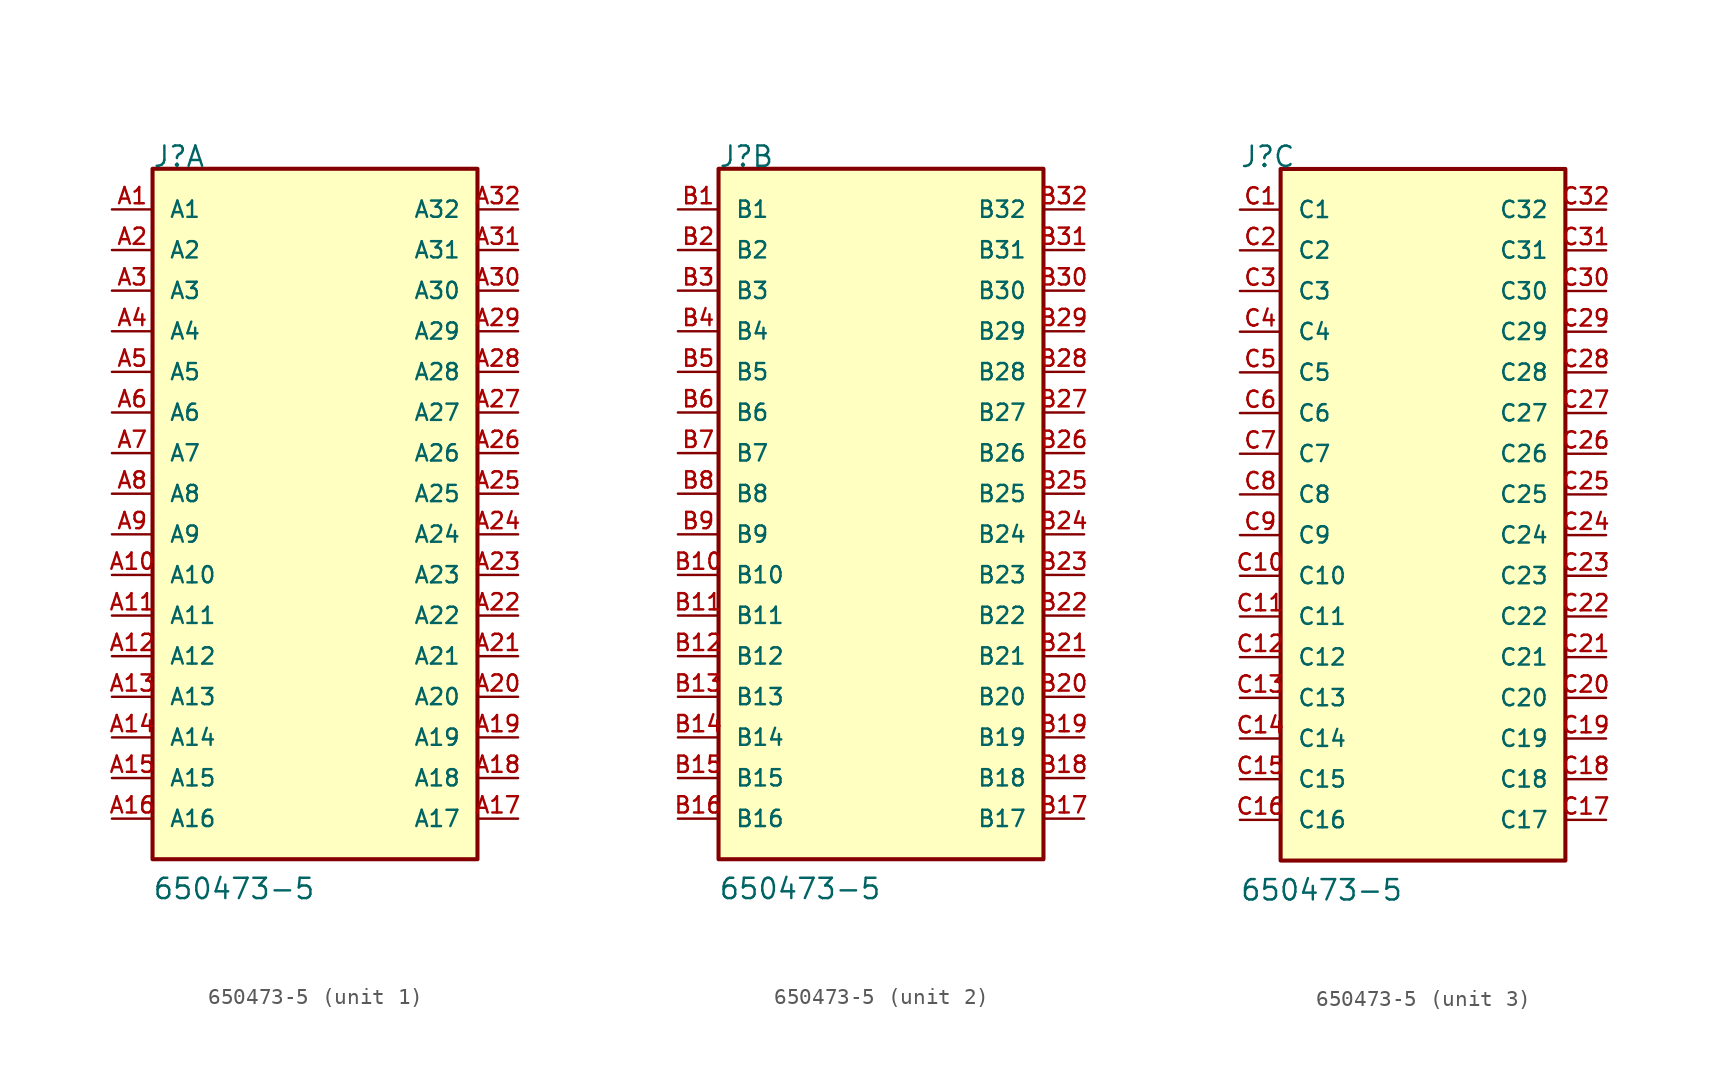
<source format=kicad_sym>
(kicad_symbol_lib
  (version 20220914)
  (generator kicad_symbol_editor)
  (symbol "650473-5"
    (pin_names
      (offset 1.016))
    (property "Reference" "J"
      (at -10.185 20.345 0)
      (effects (font (size 1.27 1.27)) (justify left bottom)))
    (property "Value" "650473-5"
      (at -10.185 -25.451 0)
      (effects (font (size 1.27 1.27)) (justify left bottom)))
    (property "ki_locked" ""
      (at 0 0 0)
      (effects (font (size 1.27 1.27))))
    (symbol "650473-5_1_0"
      (rectangle (start -10.16 -22.86) (end 10.16 20.32) (stroke (width 0.254) (type solid)) (fill (type background)))
      (pin passive line (at -12.7 17.78 0) (length 2.54) (name "A1" (effects (font (size 1.016 1.016)))) (number "A1" (effects (font (size 1.016 1.016)))))
      (pin passive line (at -12.7 -5.08 0) (length 2.54) (name "A10" (effects (font (size 1.016 1.016)))) (number "A10" (effects (font (size 1.016 1.016)))))
      (pin passive line (at -12.7 -7.62 0) (length 2.54) (name "A11" (effects (font (size 1.016 1.016)))) (number "A11" (effects (font (size 1.016 1.016)))))
      (pin passive line (at -12.7 -10.16 0) (length 2.54) (name "A12" (effects (font (size 1.016 1.016)))) (number "A12" (effects (font (size 1.016 1.016)))))
      (pin passive line (at -12.7 -12.7 0) (length 2.54) (name "A13" (effects (font (size 1.016 1.016)))) (number "A13" (effects (font (size 1.016 1.016)))))
      (pin passive line (at -12.7 -15.24 0) (length 2.54) (name "A14" (effects (font (size 1.016 1.016)))) (number "A14" (effects (font (size 1.016 1.016)))))
      (pin passive line (at -12.7 -17.78 0) (length 2.54) (name "A15" (effects (font (size 1.016 1.016)))) (number "A15" (effects (font (size 1.016 1.016)))))
      (pin passive line (at -12.7 -20.32 0) (length 2.54) (name "A16" (effects (font (size 1.016 1.016)))) (number "A16" (effects (font (size 1.016 1.016)))))
      (pin passive line (at 12.7 -20.32 180) (length 2.54) (name "A17" (effects (font (size 1.016 1.016)))) (number "A17" (effects (font (size 1.016 1.016)))))
      (pin passive line (at 12.7 -17.78 180) (length 2.54) (name "A18" (effects (font (size 1.016 1.016)))) (number "A18" (effects (font (size 1.016 1.016)))))
      (pin passive line (at 12.7 -15.24 180) (length 2.54) (name "A19" (effects (font (size 1.016 1.016)))) (number "A19" (effects (font (size 1.016 1.016)))))
      (pin passive line (at -12.7 15.24 0) (length 2.54) (name "A2" (effects (font (size 1.016 1.016)))) (number "A2" (effects (font (size 1.016 1.016)))))
      (pin passive line (at 12.7 -12.7 180) (length 2.54) (name "A20" (effects (font (size 1.016 1.016)))) (number "A20" (effects (font (size 1.016 1.016)))))
      (pin passive line (at 12.7 -10.16 180) (length 2.54) (name "A21" (effects (font (size 1.016 1.016)))) (number "A21" (effects (font (size 1.016 1.016)))))
      (pin passive line (at 12.7 -7.62 180) (length 2.54) (name "A22" (effects (font (size 1.016 1.016)))) (number "A22" (effects (font (size 1.016 1.016)))))
      (pin passive line (at 12.7 -5.08 180) (length 2.54) (name "A23" (effects (font (size 1.016 1.016)))) (number "A23" (effects (font (size 1.016 1.016)))))
      (pin passive line (at 12.7 -2.54 180) (length 2.54) (name "A24" (effects (font (size 1.016 1.016)))) (number "A24" (effects (font (size 1.016 1.016)))))
      (pin passive line (at 12.7 0 180) (length 2.54) (name "A25" (effects (font (size 1.016 1.016)))) (number "A25" (effects (font (size 1.016 1.016)))))
      (pin passive line (at 12.7 2.54 180) (length 2.54) (name "A26" (effects (font (size 1.016 1.016)))) (number "A26" (effects (font (size 1.016 1.016)))))
      (pin passive line (at 12.7 5.08 180) (length 2.54) (name "A27" (effects (font (size 1.016 1.016)))) (number "A27" (effects (font (size 1.016 1.016)))))
      (pin passive line (at 12.7 7.62 180) (length 2.54) (name "A28" (effects (font (size 1.016 1.016)))) (number "A28" (effects (font (size 1.016 1.016)))))
      (pin passive line (at 12.7 10.16 180) (length 2.54) (name "A29" (effects (font (size 1.016 1.016)))) (number "A29" (effects (font (size 1.016 1.016)))))
      (pin passive line (at -12.7 12.7 0) (length 2.54) (name "A3" (effects (font (size 1.016 1.016)))) (number "A3" (effects (font (size 1.016 1.016)))))
      (pin passive line (at 12.7 12.7 180) (length 2.54) (name "A30" (effects (font (size 1.016 1.016)))) (number "A30" (effects (font (size 1.016 1.016)))))
      (pin passive line (at 12.7 15.24 180) (length 2.54) (name "A31" (effects (font (size 1.016 1.016)))) (number "A31" (effects (font (size 1.016 1.016)))))
      (pin passive line (at 12.7 17.78 180) (length 2.54) (name "A32" (effects (font (size 1.016 1.016)))) (number "A32" (effects (font (size 1.016 1.016)))))
      (pin passive line (at -12.7 10.16 0) (length 2.54) (name "A4" (effects (font (size 1.016 1.016)))) (number "A4" (effects (font (size 1.016 1.016)))))
      (pin passive line (at -12.7 7.62 0) (length 2.54) (name "A5" (effects (font (size 1.016 1.016)))) (number "A5" (effects (font (size 1.016 1.016)))))
      (pin passive line (at -12.7 5.08 0) (length 2.54) (name "A6" (effects (font (size 1.016 1.016)))) (number "A6" (effects (font (size 1.016 1.016)))))
      (pin passive line (at -12.7 2.54 0) (length 2.54) (name "A7" (effects (font (size 1.016 1.016)))) (number "A7" (effects (font (size 1.016 1.016)))))
      (pin passive line (at -12.7 0 0) (length 2.54) (name "A8" (effects (font (size 1.016 1.016)))) (number "A8" (effects (font (size 1.016 1.016)))))
      (pin passive line (at -12.7 -2.54 0) (length 2.54) (name "A9" (effects (font (size 1.016 1.016)))) (number "A9" (effects (font (size 1.016 1.016))))))
    (symbol "650473-5_2_0"
      (rectangle (start -10.16 -22.86) (end 10.16 20.32) (stroke (width 0.254) (type solid)) (fill (type background)))
      (pin passive line (at -12.7 17.78 0) (length 2.54) (name "B1" (effects (font (size 1.016 1.016)))) (number "B1" (effects (font (size 1.016 1.016)))))
      (pin passive line (at -12.7 -5.08 0) (length 2.54) (name "B10" (effects (font (size 1.016 1.016)))) (number "B10" (effects (font (size 1.016 1.016)))))
      (pin passive line (at -12.7 -7.62 0) (length 2.54) (name "B11" (effects (font (size 1.016 1.016)))) (number "B11" (effects (font (size 1.016 1.016)))))
      (pin passive line (at -12.7 -10.16 0) (length 2.54) (name "B12" (effects (font (size 1.016 1.016)))) (number "B12" (effects (font (size 1.016 1.016)))))
      (pin passive line (at -12.7 -12.7 0) (length 2.54) (name "B13" (effects (font (size 1.016 1.016)))) (number "B13" (effects (font (size 1.016 1.016)))))
      (pin passive line (at -12.7 -15.24 0) (length 2.54) (name "B14" (effects (font (size 1.016 1.016)))) (number "B14" (effects (font (size 1.016 1.016)))))
      (pin passive line (at -12.7 -17.78 0) (length 2.54) (name "B15" (effects (font (size 1.016 1.016)))) (number "B15" (effects (font (size 1.016 1.016)))))
      (pin passive line (at -12.7 -20.32 0) (length 2.54) (name "B16" (effects (font (size 1.016 1.016)))) (number "B16" (effects (font (size 1.016 1.016)))))
      (pin passive line (at 12.7 -20.32 180) (length 2.54) (name "B17" (effects (font (size 1.016 1.016)))) (number "B17" (effects (font (size 1.016 1.016)))))
      (pin passive line (at 12.7 -17.78 180) (length 2.54) (name "B18" (effects (font (size 1.016 1.016)))) (number "B18" (effects (font (size 1.016 1.016)))))
      (pin passive line (at 12.7 -15.24 180) (length 2.54) (name "B19" (effects (font (size 1.016 1.016)))) (number "B19" (effects (font (size 1.016 1.016)))))
      (pin passive line (at -12.7 15.24 0) (length 2.54) (name "B2" (effects (font (size 1.016 1.016)))) (number "B2" (effects (font (size 1.016 1.016)))))
      (pin passive line (at 12.7 -12.7 180) (length 2.54) (name "B20" (effects (font (size 1.016 1.016)))) (number "B20" (effects (font (size 1.016 1.016)))))
      (pin passive line (at 12.7 -10.16 180) (length 2.54) (name "B21" (effects (font (size 1.016 1.016)))) (number "B21" (effects (font (size 1.016 1.016)))))
      (pin passive line (at 12.7 -7.62 180) (length 2.54) (name "B22" (effects (font (size 1.016 1.016)))) (number "B22" (effects (font (size 1.016 1.016)))))
      (pin passive line (at 12.7 -5.08 180) (length 2.54) (name "B23" (effects (font (size 1.016 1.016)))) (number "B23" (effects (font (size 1.016 1.016)))))
      (pin passive line (at 12.7 -2.54 180) (length 2.54) (name "B24" (effects (font (size 1.016 1.016)))) (number "B24" (effects (font (size 1.016 1.016)))))
      (pin passive line (at 12.7 0 180) (length 2.54) (name "B25" (effects (font (size 1.016 1.016)))) (number "B25" (effects (font (size 1.016 1.016)))))
      (pin passive line (at 12.7 2.54 180) (length 2.54) (name "B26" (effects (font (size 1.016 1.016)))) (number "B26" (effects (font (size 1.016 1.016)))))
      (pin passive line (at 12.7 5.08 180) (length 2.54) (name "B27" (effects (font (size 1.016 1.016)))) (number "B27" (effects (font (size 1.016 1.016)))))
      (pin passive line (at 12.7 7.62 180) (length 2.54) (name "B28" (effects (font (size 1.016 1.016)))) (number "B28" (effects (font (size 1.016 1.016)))))
      (pin passive line (at 12.7 10.16 180) (length 2.54) (name "B29" (effects (font (size 1.016 1.016)))) (number "B29" (effects (font (size 1.016 1.016)))))
      (pin passive line (at -12.7 12.7 0) (length 2.54) (name "B3" (effects (font (size 1.016 1.016)))) (number "B3" (effects (font (size 1.016 1.016)))))
      (pin passive line (at 12.7 12.7 180) (length 2.54) (name "B30" (effects (font (size 1.016 1.016)))) (number "B30" (effects (font (size 1.016 1.016)))))
      (pin passive line (at 12.7 15.24 180) (length 2.54) (name "B31" (effects (font (size 1.016 1.016)))) (number "B31" (effects (font (size 1.016 1.016)))))
      (pin passive line (at 12.7 17.78 180) (length 2.54) (name "B32" (effects (font (size 1.016 1.016)))) (number "B32" (effects (font (size 1.016 1.016)))))
      (pin passive line (at -12.7 10.16 0) (length 2.54) (name "B4" (effects (font (size 1.016 1.016)))) (number "B4" (effects (font (size 1.016 1.016)))))
      (pin passive line (at -12.7 7.62 0) (length 2.54) (name "B5" (effects (font (size 1.016 1.016)))) (number "B5" (effects (font (size 1.016 1.016)))))
      (pin passive line (at -12.7 5.08 0) (length 2.54) (name "B6" (effects (font (size 1.016 1.016)))) (number "B6" (effects (font (size 1.016 1.016)))))
      (pin passive line (at -12.7 2.54 0) (length 2.54) (name "B7" (effects (font (size 1.016 1.016)))) (number "B7" (effects (font (size 1.016 1.016)))))
      (pin passive line (at -12.7 0 0) (length 2.54) (name "B8" (effects (font (size 1.016 1.016)))) (number "B8" (effects (font (size 1.016 1.016)))))
      (pin passive line (at -12.7 -2.54 0) (length 2.54) (name "B9" (effects (font (size 1.016 1.016)))) (number "B9" (effects (font (size 1.016 1.016))))))
    (symbol "650473-5_3_0"
      (rectangle (start -7.62 -22.86) (end 10.16 20.32) (stroke (width 0.254) (type solid)) (fill (type background)))
      (pin passive line (at -10.16 17.78 0) (length 2.54) (name "C1" (effects (font (size 1.016 1.016)))) (number "C1" (effects (font (size 1.016 1.016)))))
      (pin passive line (at -10.16 -5.08 0) (length 2.54) (name "C10" (effects (font (size 1.016 1.016)))) (number "C10" (effects (font (size 1.016 1.016)))))
      (pin passive line (at -10.16 -7.62 0) (length 2.54) (name "C11" (effects (font (size 1.016 1.016)))) (number "C11" (effects (font (size 1.016 1.016)))))
      (pin passive line (at -10.16 -10.16 0) (length 2.54) (name "C12" (effects (font (size 1.016 1.016)))) (number "C12" (effects (font (size 1.016 1.016)))))
      (pin passive line (at -10.16 -12.7 0) (length 2.54) (name "C13" (effects (font (size 1.016 1.016)))) (number "C13" (effects (font (size 1.016 1.016)))))
      (pin passive line (at -10.16 -15.24 0) (length 2.54) (name "C14" (effects (font (size 1.016 1.016)))) (number "C14" (effects (font (size 1.016 1.016)))))
      (pin passive line (at -10.16 -17.78 0) (length 2.54) (name "C15" (effects (font (size 1.016 1.016)))) (number "C15" (effects (font (size 1.016 1.016)))))
      (pin passive line (at -10.16 -20.32 0) (length 2.54) (name "C16" (effects (font (size 1.016 1.016)))) (number "C16" (effects (font (size 1.016 1.016)))))
      (pin passive line (at 12.7 -20.32 180) (length 2.54) (name "C17" (effects (font (size 1.016 1.016)))) (number "C17" (effects (font (size 1.016 1.016)))))
      (pin passive line (at 12.7 -17.78 180) (length 2.54) (name "C18" (effects (font (size 1.016 1.016)))) (number "C18" (effects (font (size 1.016 1.016)))))
      (pin passive line (at 12.7 -15.24 180) (length 2.54) (name "C19" (effects (font (size 1.016 1.016)))) (number "C19" (effects (font (size 1.016 1.016)))))
      (pin passive line (at -10.16 15.24 0) (length 2.54) (name "C2" (effects (font (size 1.016 1.016)))) (number "C2" (effects (font (size 1.016 1.016)))))
      (pin passive line (at 12.7 -12.7 180) (length 2.54) (name "C20" (effects (font (size 1.016 1.016)))) (number "C20" (effects (font (size 1.016 1.016)))))
      (pin passive line (at 12.7 -10.16 180) (length 2.54) (name "C21" (effects (font (size 1.016 1.016)))) (number "C21" (effects (font (size 1.016 1.016)))))
      (pin passive line (at 12.7 -7.62 180) (length 2.54) (name "C22" (effects (font (size 1.016 1.016)))) (number "C22" (effects (font (size 1.016 1.016)))))
      (pin passive line (at 12.7 -5.08 180) (length 2.54) (name "C23" (effects (font (size 1.016 1.016)))) (number "C23" (effects (font (size 1.016 1.016)))))
      (pin passive line (at 12.7 -2.54 180) (length 2.54) (name "C24" (effects (font (size 1.016 1.016)))) (number "C24" (effects (font (size 1.016 1.016)))))
      (pin passive line (at 12.7 0 180) (length 2.54) (name "C25" (effects (font (size 1.016 1.016)))) (number "C25" (effects (font (size 1.016 1.016)))))
      (pin passive line (at 12.7 2.54 180) (length 2.54) (name "C26" (effects (font (size 1.016 1.016)))) (number "C26" (effects (font (size 1.016 1.016)))))
      (pin passive line (at 12.7 5.08 180) (length 2.54) (name "C27" (effects (font (size 1.016 1.016)))) (number "C27" (effects (font (size 1.016 1.016)))))
      (pin passive line (at 12.7 7.62 180) (length 2.54) (name "C28" (effects (font (size 1.016 1.016)))) (number "C28" (effects (font (size 1.016 1.016)))))
      (pin passive line (at 12.7 10.16 180) (length 2.54) (name "C29" (effects (font (size 1.016 1.016)))) (number "C29" (effects (font (size 1.016 1.016)))))
      (pin passive line (at -10.16 12.7 0) (length 2.54) (name "C3" (effects (font (size 1.016 1.016)))) (number "C3" (effects (font (size 1.016 1.016)))))
      (pin passive line (at 12.7 12.7 180) (length 2.54) (name "C30" (effects (font (size 1.016 1.016)))) (number "C30" (effects (font (size 1.016 1.016)))))
      (pin passive line (at 12.7 15.24 180) (length 2.54) (name "C31" (effects (font (size 1.016 1.016)))) (number "C31" (effects (font (size 1.016 1.016)))))
      (pin passive line (at 12.7 17.78 180) (length 2.54) (name "C32" (effects (font (size 1.016 1.016)))) (number "C32" (effects (font (size 1.016 1.016)))))
      (pin passive line (at -10.16 10.16 0) (length 2.54) (name "C4" (effects (font (size 1.016 1.016)))) (number "C4" (effects (font (size 1.016 1.016)))))
      (pin passive line (at -10.16 7.62 0) (length 2.54) (name "C5" (effects (font (size 1.016 1.016)))) (number "C5" (effects (font (size 1.016 1.016)))))
      (pin passive line (at -10.16 5.08 0) (length 2.54) (name "C6" (effects (font (size 1.016 1.016)))) (number "C6" (effects (font (size 1.016 1.016)))))
      (pin passive line (at -10.16 2.54 0) (length 2.54) (name "C7" (effects (font (size 1.016 1.016)))) (number "C7" (effects (font (size 1.016 1.016)))))
      (pin passive line (at -10.16 0 0) (length 2.54) (name "C8" (effects (font (size 1.016 1.016)))) (number "C8" (effects (font (size 1.016 1.016)))))
      (pin passive line (at -10.16 -2.54 0) (length 2.54) (name "C9" (effects (font (size 1.016 1.016)))) (number "C9" (effects (font (size 1.016 1.016))))))))
</source>
